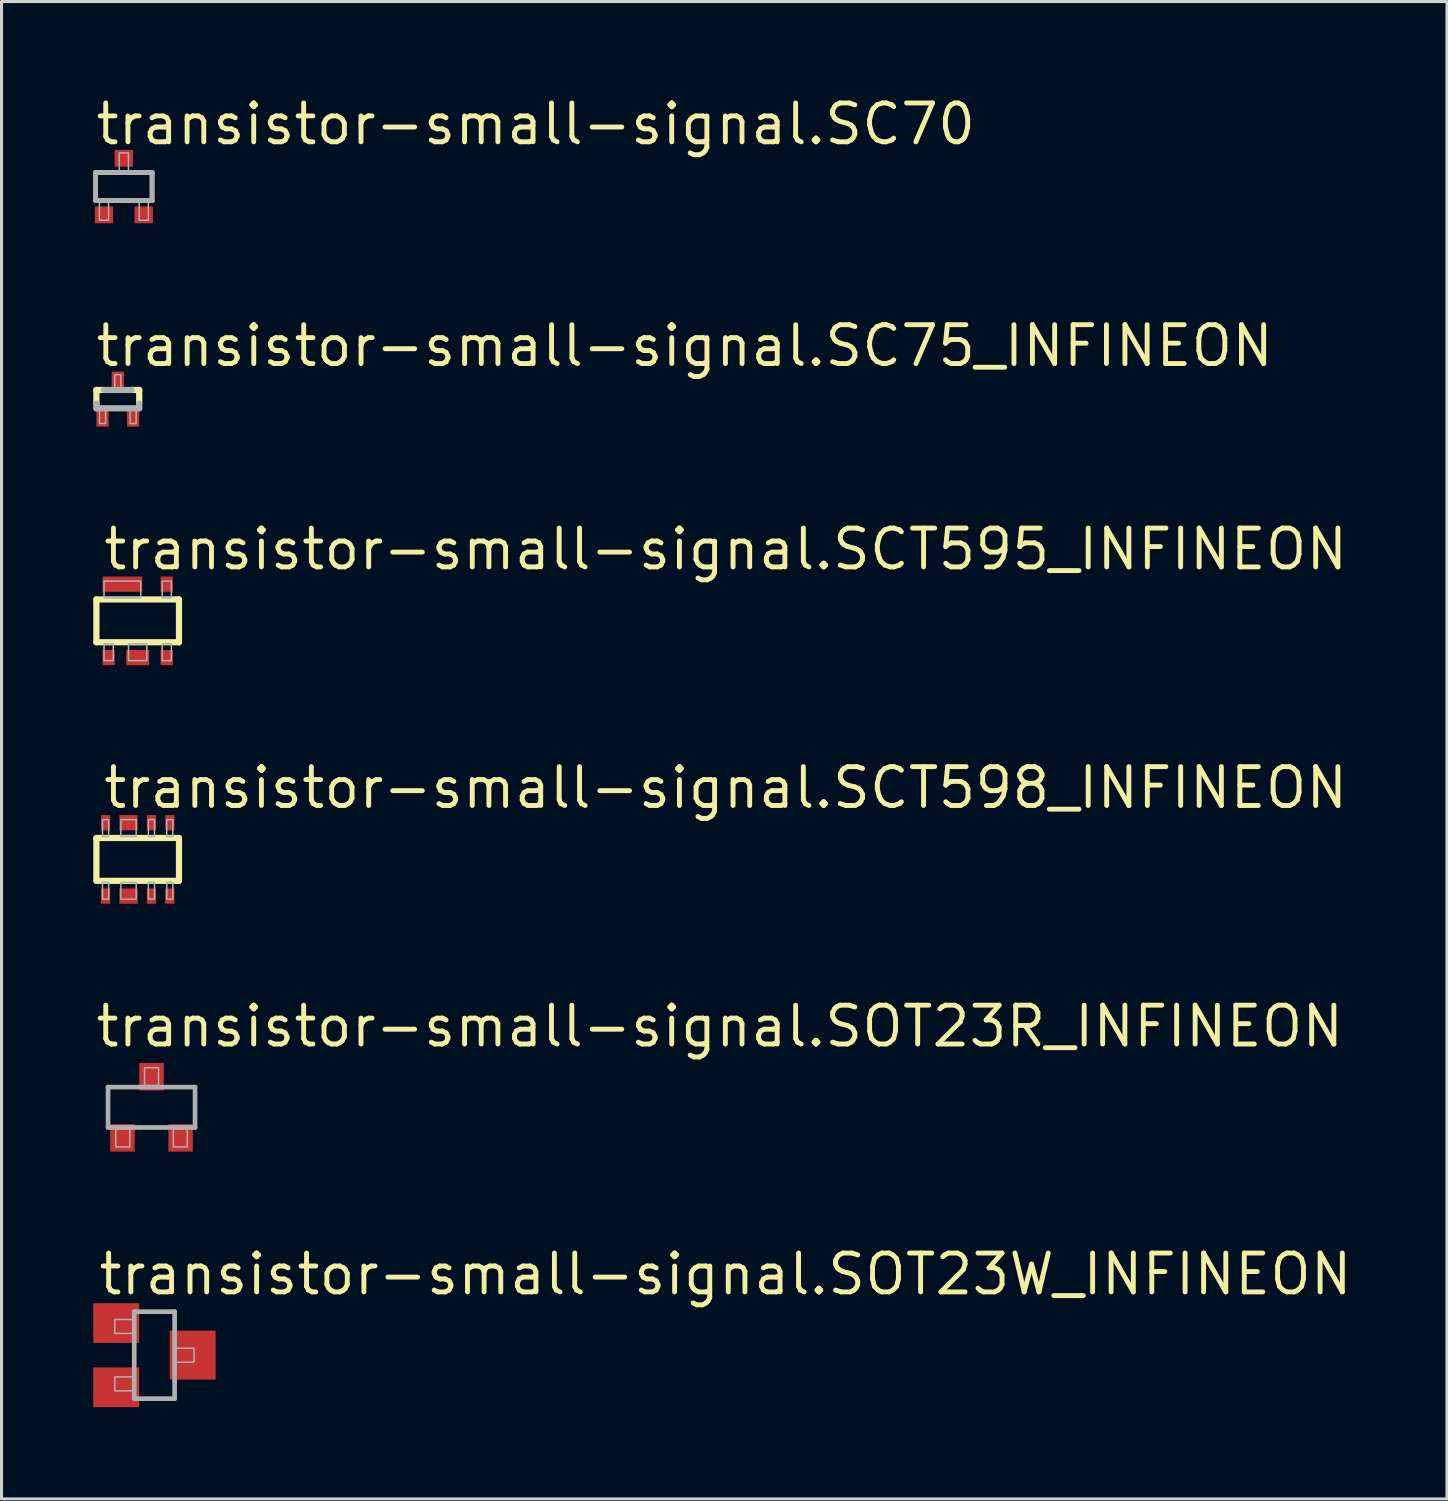
<source format=kicad_pcb>
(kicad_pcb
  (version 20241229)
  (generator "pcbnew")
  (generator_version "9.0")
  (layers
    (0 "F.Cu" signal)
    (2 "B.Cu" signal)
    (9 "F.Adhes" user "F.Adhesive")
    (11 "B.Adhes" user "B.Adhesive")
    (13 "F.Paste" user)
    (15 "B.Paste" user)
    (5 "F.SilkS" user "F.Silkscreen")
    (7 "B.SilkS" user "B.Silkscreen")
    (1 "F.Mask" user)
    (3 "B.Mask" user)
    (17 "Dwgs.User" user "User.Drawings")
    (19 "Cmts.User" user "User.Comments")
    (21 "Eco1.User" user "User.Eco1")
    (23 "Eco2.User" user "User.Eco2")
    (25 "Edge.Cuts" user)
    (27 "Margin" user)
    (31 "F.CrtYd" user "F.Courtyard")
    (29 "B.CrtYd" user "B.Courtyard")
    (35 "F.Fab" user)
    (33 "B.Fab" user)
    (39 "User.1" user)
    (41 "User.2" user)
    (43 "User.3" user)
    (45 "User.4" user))
  (footprint "transistor-small-signal.SC75_INFINEON"
    (layer "F.Cu")
    (at 0.802 10)
    (property "Reference" "transistor-small-signal.SC75_INFINEON" (at -0.8 -1 0) (layer "F.SilkS") (effects (font (size 1.27 1.27) (thickness 0.16)) (justify left bottom)))
    (attr smd)
    (fp_line (start -0.7 -0.3) (end -0.45 -0.3) (stroke (width 0.203) (type default)) (layer "F.SilkS"))
    (fp_line (start -0.7 0.15) (end -0.7 -0.3) (stroke (width 0.203) (type default)) (layer "F.SilkS"))
    (fp_line (start 0.45 -0.3) (end 0.7 -0.3) (stroke (width 0.203) (type default)) (layer "F.SilkS"))
    (fp_line (start 0.7 -0.3) (end 0.7 0.15) (stroke (width 0.203) (type default)) (layer "F.SilkS"))
    (fp_line (start -0.7 0.3) (end -0.7 0.15) (stroke (width 0.203) (type default)) (layer "F.Fab"))
    (fp_line (start -0.45 -0.3) (end 0.45 -0.3) (stroke (width 0.203) (type default)) (layer "F.Fab"))
    (fp_line (start 0.7 0.15) (end 0.7 0.3) (stroke (width 0.203) (type default)) (layer "F.Fab"))
    (fp_line (start 0.7 0.3) (end -0.7 0.3) (stroke (width 0.203) (type default)) (layer "F.Fab"))
    (fp_rect (start -0.6 0.8) (end -0.4 0.35) (stroke (width 0.05) (type default)) (fill no) (layer "F.Fab"))
    (fp_rect (start -0.1 -0.35) (end 0.1 -0.8) (stroke (width 0.05) (type default)) (fill no) (layer "F.Fab"))
    (fp_rect (start 0.4 0.8) (end 0.6 0.35) (stroke (width 0.05) (type default)) (fill no) (layer "F.Fab"))
    (pad "1" smd roundrect (at -0.5 0.575) (size 0.4 0.65) (layers "F.Cu" "F.Mask" "F.Paste") (roundrect_rratio 0.01))
    (pad "2" smd roundrect (at 0 -0.575) (size 0.4 0.65) (layers "F.Cu" "F.Mask" "F.Paste") (roundrect_rratio 0.01))
    (pad "3" smd roundrect (at 0.5 0.575) (size 0.4 0.65) (layers "F.Cu" "F.Mask" "F.Paste") (roundrect_rratio 0.01)))
  (footprint "transistor-small-signal.SOT23R_INFINEON"
    (layer "F.Cu")
    (at 1.905 33.155)
    (property "Reference" "transistor-small-signal.SOT23R_INFINEON" (at -1.905 -1.905 0) (layer "F.SilkS") (effects (font (size 1.27 1.27) (thickness 0.16)) (justify left bottom)))
    (attr smd)
    (fp_line (start -1.422 -0.66) (end 1.422 -0.66) (stroke (width 0.152) (type default)) (layer "F.Fab"))
    (fp_line (start -1.422 0.66) (end -1.422 -0.66) (stroke (width 0.152) (type default)) (layer "F.Fab"))
    (fp_line (start 1.422 -0.66) (end 1.422 0.66) (stroke (width 0.152) (type default)) (layer "F.Fab"))
    (fp_line (start 1.422 0.66) (end -1.422 0.66) (stroke (width 0.152) (type default)) (layer "F.Fab"))
    (fp_rect (start -1.168 1.295) (end -0.711 0.711) (stroke (width 0.05) (type default)) (fill no) (layer "F.Fab"))
    (fp_rect (start -0.229 -0.711) (end 0.229 -1.295) (stroke (width 0.05) (type default)) (fill no) (layer "F.Fab"))
    (fp_rect (start 0.711 1.295) (end 1.168 0.711) (stroke (width 0.05) (type default)) (fill no) (layer "F.Fab"))
    (pad "1" smd roundrect (at -0.95 1) (size 0.8 0.9) (layers "F.Cu" "F.Mask" "F.Paste") (roundrect_rratio 0.01))
    (pad "2" smd roundrect (at 0.95 1) (size 0.8 0.9) (layers "F.Cu" "F.Mask" "F.Paste") (roundrect_rratio 0.01))
    (pad "3" smd roundrect (at 0 -1) (size 0.8 0.9) (layers "F.Cu" "F.Mask" "F.Paste") (roundrect_rratio 0.01)))
  (footprint "transistor-small-signal.SC70"
    (layer "F.Cu")
    (at 1 3.05)
    (property "Reference" "transistor-small-signal.SC70" (at -1 -1.3 0) (layer "F.SilkS") (effects (font (size 1.27 1.27) (thickness 0.16)) (justify left bottom)))
    (attr smd)
    (fp_line (start -0.922 -0.46) (end 0.922 -0.46) (stroke (width 0.152) (type default)) (layer "F.SilkS"))
    (fp_line (start -0.922 0.46) (end -0.922 -0.46) (stroke (width 0.152) (type default)) (layer "F.SilkS"))
    (fp_line (start 0.922 -0.46) (end 0.922 0.46) (stroke (width 0.152) (type default)) (layer "F.SilkS"))
    (fp_line (start 0.922 0.46) (end -0.922 0.46) (stroke (width 0.152) (type default)) (layer "F.SilkS"))
    (fp_line (start -0.922 -0.46) (end 0.922 -0.46) (stroke (width 0.152) (type default)) (layer "F.Fab"))
    (fp_line (start -0.922 0.46) (end -0.922 -0.46) (stroke (width 0.152) (type default)) (layer "F.Fab"))
    (fp_line (start 0.922 -0.46) (end 0.922 0.46) (stroke (width 0.152) (type default)) (layer "F.Fab"))
    (fp_line (start 0.922 0.46) (end -0.922 0.46) (stroke (width 0.152) (type default)) (layer "F.Fab"))
    (fp_rect (start -0.8 1.1) (end -0.5 0.5) (stroke (width 0.05) (type default)) (fill no) (layer "F.Fab"))
    (fp_rect (start -0.15 -0.5) (end 0.15 -1.1) (stroke (width 0.05) (type default)) (fill no) (layer "F.Fab"))
    (fp_rect (start 0.5 1.1) (end 0.8 0.5) (stroke (width 0.05) (type default)) (fill no) (layer "F.Fab"))
    (pad "1" smd roundrect (at -0.65 0.925) (size 0.6 0.55) (layers "F.Cu" "F.Mask" "F.Paste") (roundrect_rratio 0.01))
    (pad "2" smd roundrect (at 0.65 0.925) (size 0.6 0.55) (layers "F.Cu" "F.Mask" "F.Paste") (roundrect_rratio 0.01))
    (pad "3" smd roundrect (at 0 -0.925) (size 0.6 0.55) (layers "F.Cu" "F.Mask" "F.Paste") (roundrect_rratio 0.01)))
  (footprint "transistor-small-signal.SCT598_INFINEON"
    (layer "F.Cu")
    (at 1.452 25.05)
    (property "Reference" "transistor-small-signal.SCT598_INFINEON" (at -1.2 -1.6 0) (layer "F.SilkS") (effects (font (size 1.27 1.27) (thickness 0.16)) (justify left bottom)))
    (attr smd)
    (fp_line (start -1.35 -0.7) (end 1.35 -0.7) (stroke (width 0.203) (type default)) (layer "F.SilkS"))
    (fp_line (start -1.35 0.7) (end -1.35 -0.7) (stroke (width 0.203) (type default)) (layer "F.SilkS"))
    (fp_line (start 1.35 -0.7) (end 1.35 0.7) (stroke (width 0.203) (type default)) (layer "F.SilkS"))
    (fp_line (start 1.35 0.7) (end -1.35 0.7) (stroke (width 0.203) (type default)) (layer "F.SilkS"))
    (fp_rect (start -1.15 -0.75) (end -0.95 -1.3) (stroke (width 0.05) (type default)) (fill no) (layer "F.Fab"))
    (fp_rect (start -1.15 1.3) (end -0.95 0.75) (stroke (width 0.05) (type default)) (fill no) (layer "F.Fab"))
    (fp_rect (start -0.55 -0.75) (end -0.05 -1.3) (stroke (width 0.05) (type default)) (fill no) (layer "F.Fab"))
    (fp_rect (start -0.55 1.3) (end -0.05 0.75) (stroke (width 0.05) (type default)) (fill no) (layer "F.Fab"))
    (fp_rect (start 0.35 -0.75) (end 0.55 -1.3) (stroke (width 0.05) (type default)) (fill no) (layer "F.Fab"))
    (fp_rect (start 0.35 1.3) (end 0.55 0.75) (stroke (width 0.05) (type default)) (fill no) (layer "F.Fab"))
    (fp_rect (start 0.95 -0.75) (end 1.15 -1.3) (stroke (width 0.05) (type default)) (fill no) (layer "F.Fab"))
    (fp_rect (start 0.95 1.3) (end 1.15 0.75) (stroke (width 0.05) (type default)) (fill no) (layer "F.Fab"))
    (pad "1" smd roundrect (at -1.05 1.2) (size 0.3 0.5) (layers "F.Cu" "F.Mask" "F.Paste") (roundrect_rratio 0.01))
    (pad "2" smd roundrect (at -0.3 1.2) (size 0.6 0.5) (layers "F.Cu" "F.Mask" "F.Paste") (roundrect_rratio 0.01))
    (pad "3" smd roundrect (at 0.45 1.2) (size 0.3 0.5) (layers "F.Cu" "F.Mask" "F.Paste") (roundrect_rratio 0.01))
    (pad "4" smd roundrect (at 1.05 1.2) (size 0.3 0.5) (layers "F.Cu" "F.Mask" "F.Paste") (roundrect_rratio 0.01))
    (pad "5" smd roundrect (at 1.05 -1.2) (size 0.3 0.5) (layers "F.Cu" "F.Mask" "F.Paste") (roundrect_rratio 0.01))
    (pad "6" smd roundrect (at 0.45 -1.2) (size 0.3 0.5) (layers "F.Cu" "F.Mask" "F.Paste") (roundrect_rratio 0.01))
    (pad "7" smd roundrect (at -0.3 -1.2) (size 0.6 0.5) (layers "F.Cu" "F.Mask" "F.Paste") (roundrect_rratio 0.01))
    (pad "8" smd roundrect (at -1.05 -1.2) (size 0.3 0.5) (layers "F.Cu" "F.Mask" "F.Paste") (roundrect_rratio 0.01)))
  (footprint "transistor-small-signal.SOT23W_INFINEON"
    (layer "F.Cu")
    (at 2 41.26)
    (property "Reference" "transistor-small-signal.SOT23W_INFINEON" (at -1.905 -1.905 0) (layer "F.SilkS") (effects (font (size 1.27 1.27) (thickness 0.16)) (justify left bottom)))
    (attr smd)
    (fp_line (start -0.66 -1.422) (end 0.66 -1.422) (stroke (width 0.152) (type default)) (layer "F.Fab"))
    (fp_line (start -0.66 1.422) (end -0.66 -1.422) (stroke (width 0.152) (type default)) (layer "F.Fab"))
    (fp_line (start 0.66 -1.422) (end 0.66 1.422) (stroke (width 0.152) (type default)) (layer "F.Fab"))
    (fp_line (start 0.66 1.422) (end -0.66 1.422) (stroke (width 0.152) (type default)) (layer "F.Fab"))
    (fp_rect (start -1.295 -0.711) (end -0.711 -1.168) (stroke (width 0.05) (type default)) (fill no) (layer "F.Fab"))
    (fp_rect (start -1.295 1.168) (end -0.711 0.711) (stroke (width 0.05) (type default)) (fill no) (layer "F.Fab"))
    (fp_rect (start 0.711 0.229) (end 1.295 -0.229) (stroke (width 0.05) (type default)) (fill no) (layer "F.Fab"))
    (pad "1" smd roundrect (at -1.25 -1.05) (size 1.5 1.3) (layers "F.Cu" "F.Mask" "F.Paste") (roundrect_rratio 0.01))
    (pad "2" smd roundrect (at -1.25 1.05) (size 1.5 1.3) (layers "F.Cu" "F.Mask" "F.Paste") (roundrect_rratio 0.01))
    (pad "3" smd roundrect (at 1.25 0) (size 1.5 1.6) (layers "F.Cu" "F.Mask" "F.Paste") (roundrect_rratio 0.01)))
  (footprint "transistor-small-signal.SCT595_INFINEON"
    (layer "F.Cu")
    (at 1.452 17.25)
    (property "Reference" "transistor-small-signal.SCT595_INFINEON" (at -1.2 -1.6 0) (layer "F.SilkS") (effects (font (size 1.27 1.27) (thickness 0.16)) (justify left bottom)))
    (attr smd)
    (fp_line (start -1.35 -0.7) (end 1.35 -0.7) (stroke (width 0.203) (type default)) (layer "F.SilkS"))
    (fp_line (start -1.35 0.7) (end -1.35 -0.7) (stroke (width 0.203) (type default)) (layer "F.SilkS"))
    (fp_line (start 1.35 -0.7) (end 1.35 0.7) (stroke (width 0.203) (type default)) (layer "F.SilkS"))
    (fp_line (start 1.35 0.7) (end -1.35 0.7) (stroke (width 0.203) (type default)) (layer "F.SilkS"))
    (fp_rect (start -1.1 -0.75) (end 0.1 -1.3) (stroke (width 0.05) (type default)) (fill no) (layer "F.Fab"))
    (fp_rect (start -1.1 1.3) (end -0.8 0.75) (stroke (width 0.05) (type default)) (fill no) (layer "F.Fab"))
    (fp_rect (start -0.3 1.3) (end 0.3 0.75) (stroke (width 0.05) (type default)) (fill no) (layer "F.Fab"))
    (fp_rect (start 0.8 -0.75) (end 1.1 -1.3) (stroke (width 0.05) (type default)) (fill no) (layer "F.Fab"))
    (fp_rect (start 0.8 1.3) (end 1.1 0.75) (stroke (width 0.05) (type default)) (fill no) (layer "F.Fab"))
    (pad "1" smd roundrect (at -0.95 1.2) (size 0.4 0.5) (layers "F.Cu" "F.Mask" "F.Paste") (roundrect_rratio 0.01))
    (pad "2" smd roundrect (at 0 1.2) (size 0.75 0.5) (layers "F.Cu" "F.Mask" "F.Paste") (roundrect_rratio 0.01))
    (pad "3" smd roundrect (at 0.95 1.2) (size 0.4 0.5) (layers "F.Cu" "F.Mask" "F.Paste") (roundrect_rratio 0.01))
    (pad "4" smd roundrect (at 0.95 -1.2) (size 0.4 0.5) (layers "F.Cu" "F.Mask" "F.Paste") (roundrect_rratio 0.01))
    (pad "5" smd roundrect (at -0.5 -1.2) (size 1.3 0.5) (layers "F.Cu" "F.Mask" "F.Paste") (roundrect_rratio 0.01)))
  (gr_rect
    (start -3 -3)
    (end 44.263 45.96)
    (stroke (width 0.1) (type default))
    (fill no)
    (layer "Edge.Cuts")))
</source>
